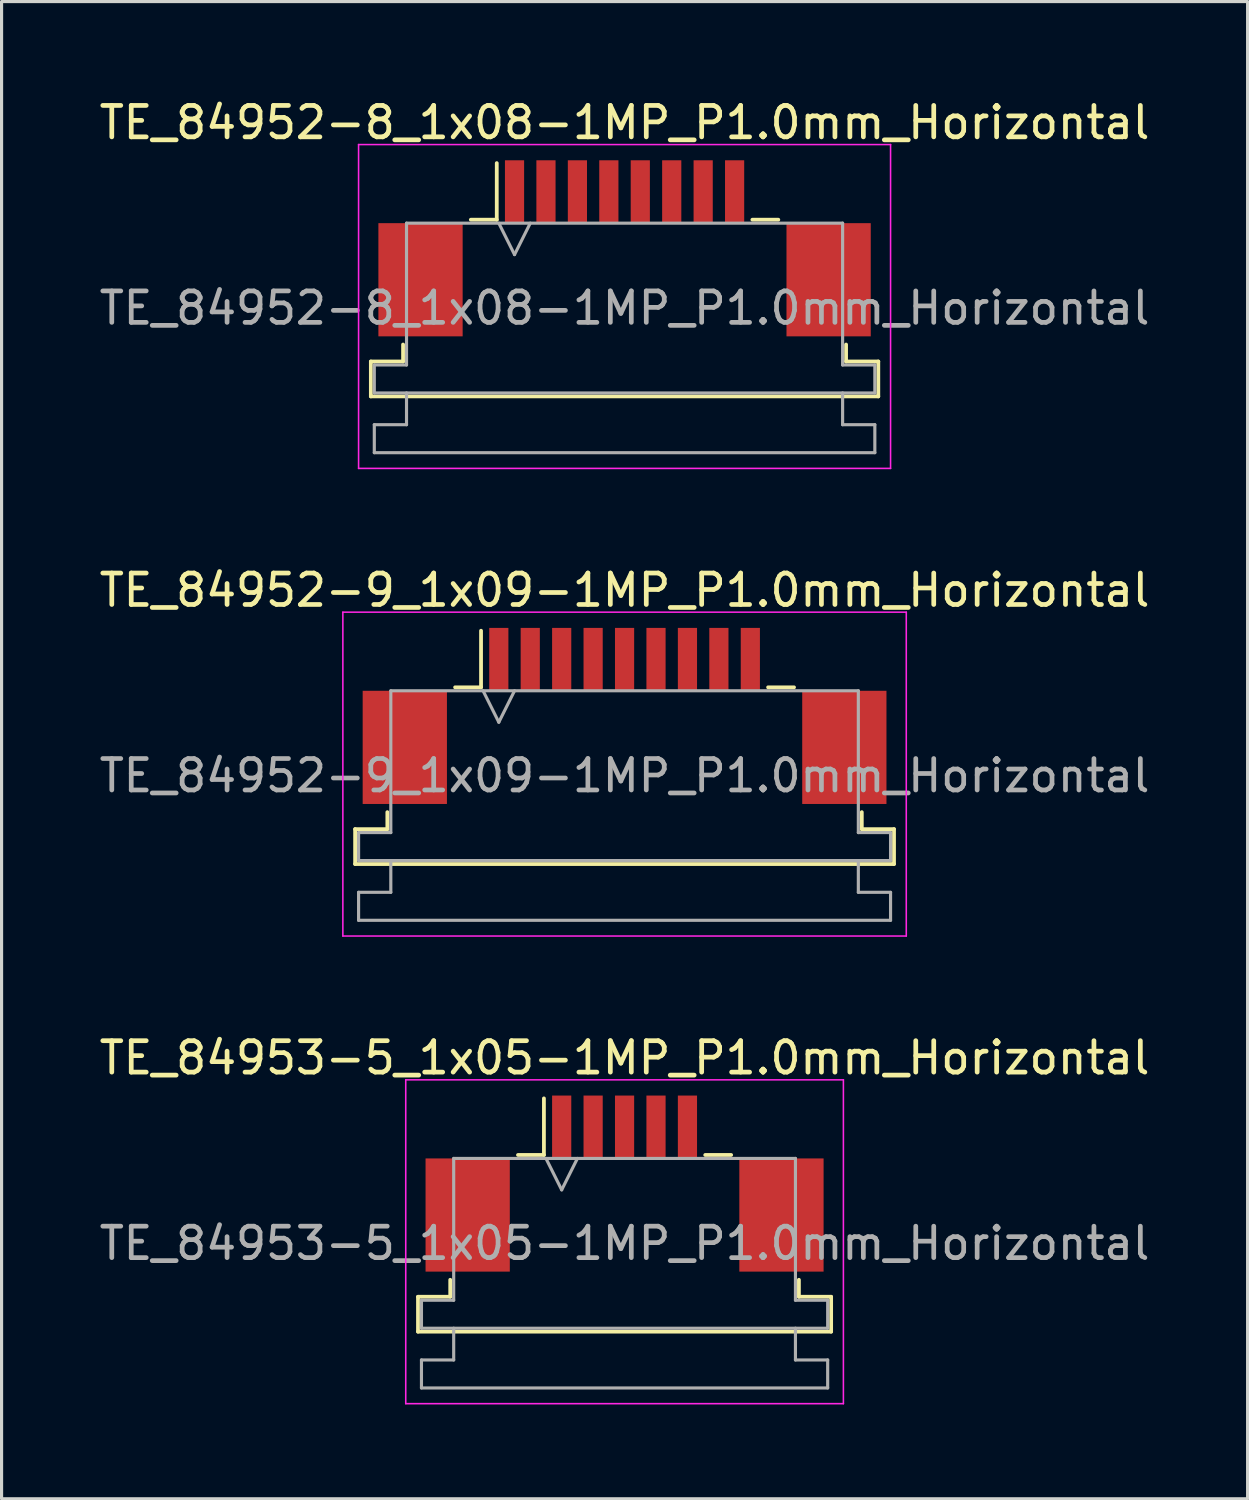
<source format=kicad_pcb>
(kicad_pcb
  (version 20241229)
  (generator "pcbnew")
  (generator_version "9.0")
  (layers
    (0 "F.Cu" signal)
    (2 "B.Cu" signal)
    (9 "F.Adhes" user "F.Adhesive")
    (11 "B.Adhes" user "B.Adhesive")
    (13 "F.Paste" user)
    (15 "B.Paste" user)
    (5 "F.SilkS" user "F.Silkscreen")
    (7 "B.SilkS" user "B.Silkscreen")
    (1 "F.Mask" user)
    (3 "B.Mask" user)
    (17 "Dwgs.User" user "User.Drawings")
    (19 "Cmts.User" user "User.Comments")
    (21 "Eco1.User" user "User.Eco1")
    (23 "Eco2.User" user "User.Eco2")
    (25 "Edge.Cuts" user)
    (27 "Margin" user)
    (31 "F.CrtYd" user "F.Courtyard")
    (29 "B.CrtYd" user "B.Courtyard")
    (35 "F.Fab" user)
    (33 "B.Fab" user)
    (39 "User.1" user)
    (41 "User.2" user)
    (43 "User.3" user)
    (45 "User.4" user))
  (footprint "TE_84953-5_1x05-1MP_P1.0mm_Horizontal"
    (layer "F.Cu")
    (at 16.815 34.595)
    (property "Reference" "TE_84953-5_1x05-1MP_P1.0mm_Horizontal" (at 0 -4 0) (layer "F.SilkS") (effects (font (size 1 1) (thickness 0.15))))
    (attr smd)
    (fp_line (start -6.57 3.6) (end -5.545 3.6) (stroke (width 0.12) (type solid)) (layer "F.SilkS"))
    (fp_line (start -6.57 4.71) (end -6.57 3.6) (stroke (width 0.12) (type solid)) (layer "F.SilkS"))
    (fp_line (start -5.545 3.6) (end -5.545 3.06) (stroke (width 0.12) (type solid)) (layer "F.SilkS"))
    (fp_line (start -3.39 -0.91) (end -2.565 -0.91) (stroke (width 0.12) (type solid)) (layer "F.SilkS"))
    (fp_line (start -2.565 -0.91) (end -2.565 -2.71) (stroke (width 0.12) (type solid)) (layer "F.SilkS"))
    (fp_line (start 2.565 -0.91) (end 3.39 -0.91) (stroke (width 0.12) (type solid)) (layer "F.SilkS"))
    (fp_line (start 5.545 3.06) (end 5.545 3.6) (stroke (width 0.12) (type solid)) (layer "F.SilkS"))
    (fp_line (start 5.545 3.6) (end 6.57 3.6) (stroke (width 0.12) (type solid)) (layer "F.SilkS"))
    (fp_line (start 6.57 3.6) (end 6.57 4.71) (stroke (width 0.12) (type solid)) (layer "F.SilkS"))
    (fp_line (start 6.57 4.71) (end -6.57 4.71) (stroke (width 0.12) (type solid)) (layer "F.SilkS"))
    (fp_line (start -6.96 -3.3) (end -6.96 7) (stroke (width 0.05) (type solid)) (layer "F.CrtYd"))
    (fp_line (start -6.96 7) (end 6.96 7) (stroke (width 0.05) (type solid)) (layer "F.CrtYd"))
    (fp_line (start 6.96 -3.3) (end -6.96 -3.3) (stroke (width 0.05) (type solid)) (layer "F.CrtYd"))
    (fp_line (start 6.96 7) (end 6.96 -3.3) (stroke (width 0.05) (type solid)) (layer "F.CrtYd"))
    (fp_line (start -6.46 3.71) (end -5.435 3.71) (stroke (width 0.1) (type solid)) (layer "F.Fab"))
    (fp_line (start -6.46 4.6) (end -6.46 3.71) (stroke (width 0.1) (type solid)) (layer "F.Fab"))
    (fp_line (start -6.46 5.61) (end -5.435 5.61) (stroke (width 0.1) (type solid)) (layer "F.Fab"))
    (fp_line (start -6.46 6.5) (end -6.46 5.61) (stroke (width 0.1) (type solid)) (layer "F.Fab"))
    (fp_line (start -5.435 -0.8) (end 5.435 -0.8) (stroke (width 0.1) (type solid)) (layer "F.Fab"))
    (fp_line (start -5.435 3.71) (end -5.435 -0.8) (stroke (width 0.1) (type solid)) (layer "F.Fab"))
    (fp_line (start -5.435 5.61) (end -5.435 4.6) (stroke (width 0.1) (type solid)) (layer "F.Fab"))
    (fp_line (start -2.5 -0.8) (end -2 0.2) (stroke (width 0.1) (type solid)) (layer "F.Fab"))
    (fp_line (start -2 0.2) (end -1.5 -0.8) (stroke (width 0.1) (type solid)) (layer "F.Fab"))
    (fp_line (start 5.435 -0.8) (end 5.435 3.71) (stroke (width 0.1) (type solid)) (layer "F.Fab"))
    (fp_line (start 5.435 3.71) (end 6.46 3.71) (stroke (width 0.1) (type solid)) (layer "F.Fab"))
    (fp_line (start 5.435 4.6) (end 5.435 5.61) (stroke (width 0.1) (type solid)) (layer "F.Fab"))
    (fp_line (start 5.435 5.61) (end 6.46 5.61) (stroke (width 0.1) (type solid)) (layer "F.Fab"))
    (fp_line (start 6.46 3.71) (end 6.46 4.6) (stroke (width 0.1) (type solid)) (layer "F.Fab"))
    (fp_line (start 6.46 4.6) (end -6.46 4.6) (stroke (width 0.1) (type solid)) (layer "F.Fab"))
    (fp_line (start 6.46 5.61) (end 6.46 6.5) (stroke (width 0.1) (type solid)) (layer "F.Fab"))
    (fp_line (start 6.46 6.5) (end -6.46 6.5) (stroke (width 0.1) (type solid)) (layer "F.Fab"))
    (fp_text user "${REFERENCE}" (at 0 1.9 0) (layer "F.Fab") (effects (font (size 1 1) (thickness 0.15))))
    (pad "1" smd rect (at -2 -1.8) (size 0.61 2) (layers "F.Cu" "F.Mask" "F.Paste"))
    (pad "2" smd rect (at -1 -1.8) (size 0.61 2) (layers "F.Cu" "F.Mask" "F.Paste"))
    (pad "3" smd rect (at 0 -1.8) (size 0.61 2) (layers "F.Cu" "F.Mask" "F.Paste"))
    (pad "4" smd rect (at 1 -1.8) (size 0.61 2) (layers "F.Cu" "F.Mask" "F.Paste"))
    (pad "5" smd rect (at 2 -1.8) (size 0.61 2) (layers "F.Cu" "F.Mask" "F.Paste"))
    (pad "MP" smd rect (at -4.99 1) (size 2.68 3.6) (layers "F.Cu" "F.Mask" "F.Paste"))
    (pad "MP" smd rect (at 4.99 1) (size 2.68 3.6) (layers "F.Cu" "F.Mask" "F.Paste")))
  (footprint "TE_84952-9_1x09-1MP_P1.0mm_Horizontal"
    (layer "F.Cu")
    (at 16.815 19.721)
    (property "Reference" "TE_84952-9_1x09-1MP_P1.0mm_Horizontal" (at 0 -4 0) (layer "F.SilkS") (effects (font (size 1 1) (thickness 0.15))))
    (attr smd)
    (fp_line (start -8.57 3.6) (end -7.545 3.6) (stroke (width 0.12) (type solid)) (layer "F.SilkS"))
    (fp_line (start -8.57 4.71) (end -8.57 3.6) (stroke (width 0.12) (type solid)) (layer "F.SilkS"))
    (fp_line (start -7.545 3.6) (end -7.545 3.06) (stroke (width 0.12) (type solid)) (layer "F.SilkS"))
    (fp_line (start -5.39 -0.91) (end -4.565 -0.91) (stroke (width 0.12) (type solid)) (layer "F.SilkS"))
    (fp_line (start -4.565 -0.91) (end -4.565 -2.71) (stroke (width 0.12) (type solid)) (layer "F.SilkS"))
    (fp_line (start 4.565 -0.91) (end 5.39 -0.91) (stroke (width 0.12) (type solid)) (layer "F.SilkS"))
    (fp_line (start 7.545 3.06) (end 7.545 3.6) (stroke (width 0.12) (type solid)) (layer "F.SilkS"))
    (fp_line (start 7.545 3.6) (end 8.57 3.6) (stroke (width 0.12) (type solid)) (layer "F.SilkS"))
    (fp_line (start 8.57 3.6) (end 8.57 4.71) (stroke (width 0.12) (type solid)) (layer "F.SilkS"))
    (fp_line (start 8.57 4.71) (end -8.57 4.71) (stroke (width 0.12) (type solid)) (layer "F.SilkS"))
    (fp_line (start -8.96 -3.3) (end -8.96 7) (stroke (width 0.05) (type solid)) (layer "F.CrtYd"))
    (fp_line (start -8.96 7) (end 8.96 7) (stroke (width 0.05) (type solid)) (layer "F.CrtYd"))
    (fp_line (start 8.96 -3.3) (end -8.96 -3.3) (stroke (width 0.05) (type solid)) (layer "F.CrtYd"))
    (fp_line (start 8.96 7) (end 8.96 -3.3) (stroke (width 0.05) (type solid)) (layer "F.CrtYd"))
    (fp_line (start -8.46 3.71) (end -7.435 3.71) (stroke (width 0.1) (type solid)) (layer "F.Fab"))
    (fp_line (start -8.46 4.6) (end -8.46 3.71) (stroke (width 0.1) (type solid)) (layer "F.Fab"))
    (fp_line (start -8.46 5.61) (end -7.435 5.61) (stroke (width 0.1) (type solid)) (layer "F.Fab"))
    (fp_line (start -8.46 6.5) (end -8.46 5.61) (stroke (width 0.1) (type solid)) (layer "F.Fab"))
    (fp_line (start -7.435 -0.8) (end 7.435 -0.8) (stroke (width 0.1) (type solid)) (layer "F.Fab"))
    (fp_line (start -7.435 3.71) (end -7.435 -0.8) (stroke (width 0.1) (type solid)) (layer "F.Fab"))
    (fp_line (start -7.435 5.61) (end -7.435 4.6) (stroke (width 0.1) (type solid)) (layer "F.Fab"))
    (fp_line (start -4.5 -0.8) (end -4 0.2) (stroke (width 0.1) (type solid)) (layer "F.Fab"))
    (fp_line (start -4 0.2) (end -3.5 -0.8) (stroke (width 0.1) (type solid)) (layer "F.Fab"))
    (fp_line (start 7.435 -0.8) (end 7.435 3.71) (stroke (width 0.1) (type solid)) (layer "F.Fab"))
    (fp_line (start 7.435 3.71) (end 8.46 3.71) (stroke (width 0.1) (type solid)) (layer "F.Fab"))
    (fp_line (start 7.435 4.6) (end 7.435 5.61) (stroke (width 0.1) (type solid)) (layer "F.Fab"))
    (fp_line (start 7.435 5.61) (end 8.46 5.61) (stroke (width 0.1) (type solid)) (layer "F.Fab"))
    (fp_line (start 8.46 3.71) (end 8.46 4.6) (stroke (width 0.1) (type solid)) (layer "F.Fab"))
    (fp_line (start 8.46 4.6) (end -8.46 4.6) (stroke (width 0.1) (type solid)) (layer "F.Fab"))
    (fp_line (start 8.46 5.61) (end 8.46 6.5) (stroke (width 0.1) (type solid)) (layer "F.Fab"))
    (fp_line (start 8.46 6.5) (end -8.46 6.5) (stroke (width 0.1) (type solid)) (layer "F.Fab"))
    (fp_text user "${REFERENCE}" (at 0 1.9 0) (layer "F.Fab") (effects (font (size 1 1) (thickness 0.15))))
    (pad "1" smd rect (at -4 -1.8) (size 0.61 2) (layers "F.Cu" "F.Mask" "F.Paste"))
    (pad "2" smd rect (at -3 -1.8) (size 0.61 2) (layers "F.Cu" "F.Mask" "F.Paste"))
    (pad "3" smd rect (at -2 -1.8) (size 0.61 2) (layers "F.Cu" "F.Mask" "F.Paste"))
    (pad "4" smd rect (at -1 -1.8) (size 0.61 2) (layers "F.Cu" "F.Mask" "F.Paste"))
    (pad "5" smd rect (at 0 -1.8) (size 0.61 2) (layers "F.Cu" "F.Mask" "F.Paste"))
    (pad "6" smd rect (at 1 -1.8) (size 0.61 2) (layers "F.Cu" "F.Mask" "F.Paste"))
    (pad "7" smd rect (at 2 -1.8) (size 0.61 2) (layers "F.Cu" "F.Mask" "F.Paste"))
    (pad "8" smd rect (at 3 -1.8) (size 0.61 2) (layers "F.Cu" "F.Mask" "F.Paste"))
    (pad "9" smd rect (at 4 -1.8) (size 0.61 2) (layers "F.Cu" "F.Mask" "F.Paste"))
    (pad "MP" smd rect (at -6.99 1) (size 2.68 3.6) (layers "F.Cu" "F.Mask" "F.Paste"))
    (pad "MP" smd rect (at 6.99 1) (size 2.68 3.6) (layers "F.Cu" "F.Mask" "F.Paste")))
  (footprint "TE_84952-8_1x08-1MP_P1.0mm_Horizontal"
    (layer "F.Cu")
    (at 16.815 4.848)
    (property "Reference" "TE_84952-8_1x08-1MP_P1.0mm_Horizontal" (at 0 -4 0) (layer "F.SilkS") (effects (font (size 1 1) (thickness 0.15))))
    (attr smd)
    (fp_line (start -8.07 3.6) (end -7.045 3.6) (stroke (width 0.12) (type solid)) (layer "F.SilkS"))
    (fp_line (start -8.07 4.71) (end -8.07 3.6) (stroke (width 0.12) (type solid)) (layer "F.SilkS"))
    (fp_line (start -7.045 3.6) (end -7.045 3.06) (stroke (width 0.12) (type solid)) (layer "F.SilkS"))
    (fp_line (start -4.89 -0.91) (end -4.065 -0.91) (stroke (width 0.12) (type solid)) (layer "F.SilkS"))
    (fp_line (start -4.065 -0.91) (end -4.065 -2.71) (stroke (width 0.12) (type solid)) (layer "F.SilkS"))
    (fp_line (start 4.065 -0.91) (end 4.89 -0.91) (stroke (width 0.12) (type solid)) (layer "F.SilkS"))
    (fp_line (start 7.045 3.06) (end 7.045 3.6) (stroke (width 0.12) (type solid)) (layer "F.SilkS"))
    (fp_line (start 7.045 3.6) (end 8.07 3.6) (stroke (width 0.12) (type solid)) (layer "F.SilkS"))
    (fp_line (start 8.07 3.6) (end 8.07 4.71) (stroke (width 0.12) (type solid)) (layer "F.SilkS"))
    (fp_line (start 8.07 4.71) (end -8.07 4.71) (stroke (width 0.12) (type solid)) (layer "F.SilkS"))
    (fp_line (start -8.46 -3.3) (end -8.46 7) (stroke (width 0.05) (type solid)) (layer "F.CrtYd"))
    (fp_line (start -8.46 7) (end 8.46 7) (stroke (width 0.05) (type solid)) (layer "F.CrtYd"))
    (fp_line (start 8.46 -3.3) (end -8.46 -3.3) (stroke (width 0.05) (type solid)) (layer "F.CrtYd"))
    (fp_line (start 8.46 7) (end 8.46 -3.3) (stroke (width 0.05) (type solid)) (layer "F.CrtYd"))
    (fp_line (start -7.96 3.71) (end -6.935 3.71) (stroke (width 0.1) (type solid)) (layer "F.Fab"))
    (fp_line (start -7.96 4.6) (end -7.96 3.71) (stroke (width 0.1) (type solid)) (layer "F.Fab"))
    (fp_line (start -7.96 5.61) (end -6.935 5.61) (stroke (width 0.1) (type solid)) (layer "F.Fab"))
    (fp_line (start -7.96 6.5) (end -7.96 5.61) (stroke (width 0.1) (type solid)) (layer "F.Fab"))
    (fp_line (start -6.935 -0.8) (end 6.935 -0.8) (stroke (width 0.1) (type solid)) (layer "F.Fab"))
    (fp_line (start -6.935 3.71) (end -6.935 -0.8) (stroke (width 0.1) (type solid)) (layer "F.Fab"))
    (fp_line (start -6.935 5.61) (end -6.935 4.6) (stroke (width 0.1) (type solid)) (layer "F.Fab"))
    (fp_line (start -4 -0.8) (end -3.5 0.2) (stroke (width 0.1) (type solid)) (layer "F.Fab"))
    (fp_line (start -3.5 0.2) (end -3 -0.8) (stroke (width 0.1) (type solid)) (layer "F.Fab"))
    (fp_line (start 6.935 -0.8) (end 6.935 3.71) (stroke (width 0.1) (type solid)) (layer "F.Fab"))
    (fp_line (start 6.935 3.71) (end 7.96 3.71) (stroke (width 0.1) (type solid)) (layer "F.Fab"))
    (fp_line (start 6.935 4.6) (end 6.935 5.61) (stroke (width 0.1) (type solid)) (layer "F.Fab"))
    (fp_line (start 6.935 5.61) (end 7.96 5.61) (stroke (width 0.1) (type solid)) (layer "F.Fab"))
    (fp_line (start 7.96 3.71) (end 7.96 4.6) (stroke (width 0.1) (type solid)) (layer "F.Fab"))
    (fp_line (start 7.96 4.6) (end -7.96 4.6) (stroke (width 0.1) (type solid)) (layer "F.Fab"))
    (fp_line (start 7.96 5.61) (end 7.96 6.5) (stroke (width 0.1) (type solid)) (layer "F.Fab"))
    (fp_line (start 7.96 6.5) (end -7.96 6.5) (stroke (width 0.1) (type solid)) (layer "F.Fab"))
    (fp_text user "${REFERENCE}" (at 0 1.9 0) (layer "F.Fab") (effects (font (size 1 1) (thickness 0.15))))
    (pad "1" smd rect (at -3.5 -1.8) (size 0.61 2) (layers "F.Cu" "F.Mask" "F.Paste"))
    (pad "2" smd rect (at -2.5 -1.8) (size 0.61 2) (layers "F.Cu" "F.Mask" "F.Paste"))
    (pad "3" smd rect (at -1.5 -1.8) (size 0.61 2) (layers "F.Cu" "F.Mask" "F.Paste"))
    (pad "4" smd rect (at -0.5 -1.8) (size 0.61 2) (layers "F.Cu" "F.Mask" "F.Paste"))
    (pad "5" smd rect (at 0.5 -1.8) (size 0.61 2) (layers "F.Cu" "F.Mask" "F.Paste"))
    (pad "6" smd rect (at 1.5 -1.8) (size 0.61 2) (layers "F.Cu" "F.Mask" "F.Paste"))
    (pad "7" smd rect (at 2.5 -1.8) (size 0.61 2) (layers "F.Cu" "F.Mask" "F.Paste"))
    (pad "8" smd rect (at 3.5 -1.8) (size 0.61 2) (layers "F.Cu" "F.Mask" "F.Paste"))
    (pad "MP" smd rect (at -6.49 1) (size 2.68 3.6) (layers "F.Cu" "F.Mask" "F.Paste"))
    (pad "MP" smd rect (at 6.49 1) (size 2.68 3.6) (layers "F.Cu" "F.Mask" "F.Paste")))
  (gr_rect
    (start -3 -3)
    (end 36.631 44.62)
    (stroke (width 0.1) (type default))
    (fill no)
    (layer "Edge.Cuts")))
</source>
